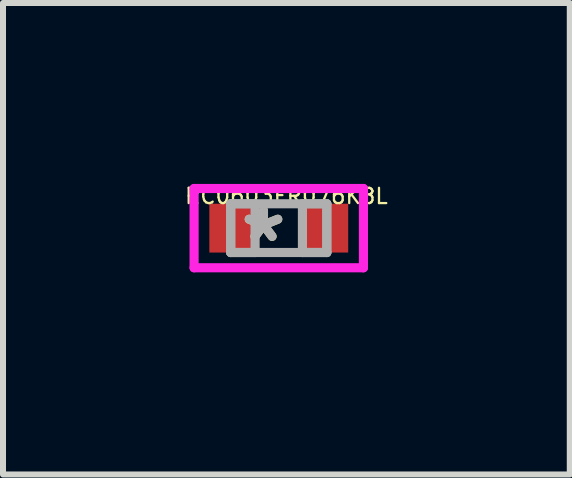
<source format=kicad_pcb>
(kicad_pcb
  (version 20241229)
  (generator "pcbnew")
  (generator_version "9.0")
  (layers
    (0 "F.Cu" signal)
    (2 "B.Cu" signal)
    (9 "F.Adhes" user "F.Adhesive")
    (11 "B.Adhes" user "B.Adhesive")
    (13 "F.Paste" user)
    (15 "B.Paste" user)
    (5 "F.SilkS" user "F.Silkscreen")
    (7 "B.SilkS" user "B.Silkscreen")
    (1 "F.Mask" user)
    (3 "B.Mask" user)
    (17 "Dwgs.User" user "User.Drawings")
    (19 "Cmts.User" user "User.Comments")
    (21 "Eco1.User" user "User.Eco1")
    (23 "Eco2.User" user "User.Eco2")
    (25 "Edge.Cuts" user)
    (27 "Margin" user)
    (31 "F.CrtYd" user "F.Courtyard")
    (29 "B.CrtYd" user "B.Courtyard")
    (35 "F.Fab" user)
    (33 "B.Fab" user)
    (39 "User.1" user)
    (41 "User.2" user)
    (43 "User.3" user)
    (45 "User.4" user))
  (footprint "RC0603FR076K8L"
    (layer "F.Cu")
    (at 1.592 0.749)
    (property "Reference" "RC0603FR076K8L" (at 0.127 -0.533 0) (layer "F.SilkS") (effects (font (size 0.254 0.254) (thickness 0.038))))
    (attr smd)
    (fp_line (start -1.41 -0.66) (end 1.41 -0.66) (stroke (width 0.152) (type solid)) (layer "F.CrtYd"))
    (fp_line (start -1.41 0.66) (end -1.41 -0.66) (stroke (width 0.152) (type solid)) (layer "F.CrtYd"))
    (fp_line (start 1.41 -0.66) (end 1.41 0.66) (stroke (width 0.152) (type solid)) (layer "F.CrtYd"))
    (fp_line (start 1.41 0.66) (end -1.41 0.66) (stroke (width 0.152) (type solid)) (layer "F.CrtYd"))
    (fp_line (start -0.8 -0.406) (end -0.8 0.406) (stroke (width 0.152) (type solid)) (layer "F.Fab"))
    (fp_line (start -0.8 -0.406) (end -0.8 0.406) (stroke (width 0.152) (type solid)) (layer "F.Fab"))
    (fp_line (start -0.8 0.406) (end -0.394 0.406) (stroke (width 0.152) (type solid)) (layer "F.Fab"))
    (fp_line (start -0.8 0.406) (end 0.8 0.406) (stroke (width 0.152) (type solid)) (layer "F.Fab"))
    (fp_line (start -0.394 -0.406) (end -0.8 -0.406) (stroke (width 0.152) (type solid)) (layer "F.Fab"))
    (fp_line (start -0.394 0.406) (end -0.394 -0.406) (stroke (width 0.152) (type solid)) (layer "F.Fab"))
    (fp_line (start 0.394 -0.406) (end 0.394 0.406) (stroke (width 0.152) (type solid)) (layer "F.Fab"))
    (fp_line (start 0.394 0.406) (end 0.8 0.406) (stroke (width 0.152) (type solid)) (layer "F.Fab"))
    (fp_line (start 0.8 -0.406) (end -0.8 -0.406) (stroke (width 0.152) (type solid)) (layer "F.Fab"))
    (fp_line (start 0.8 -0.406) (end 0.394 -0.406) (stroke (width 0.152) (type solid)) (layer "F.Fab"))
    (fp_line (start 0.8 0.406) (end 0.8 -0.406) (stroke (width 0.152) (type solid)) (layer "F.Fab"))
    (fp_line (start 0.8 0.406) (end 0.8 -0.406) (stroke (width 0.152) (type solid)) (layer "F.Fab"))
    (fp_text user "*" (at -0.254 0.254 0) (layer "F.SilkS") (effects (font (size 1 1) (thickness 0.15))))
    (fp_text user "*" (at -0.254 0.254 0) (layer "F.Fab") (effects (font (size 1 1) (thickness 0.15))))
    (pad "1" smd rect (at -0.775 0) (size 0.762 0.813) (layers "F.Cu" "F.Mask" "F.Paste"))
    (pad "2" smd rect (at 0.775 0) (size 0.762 0.813) (layers "F.Cu" "F.Mask" "F.Paste")))
  (gr_rect
    (start -3 -3)
    (end 6.438 4.851)
    (stroke (width 0.1) (type default))
    (fill no)
    (layer "Edge.Cuts")))
</source>
